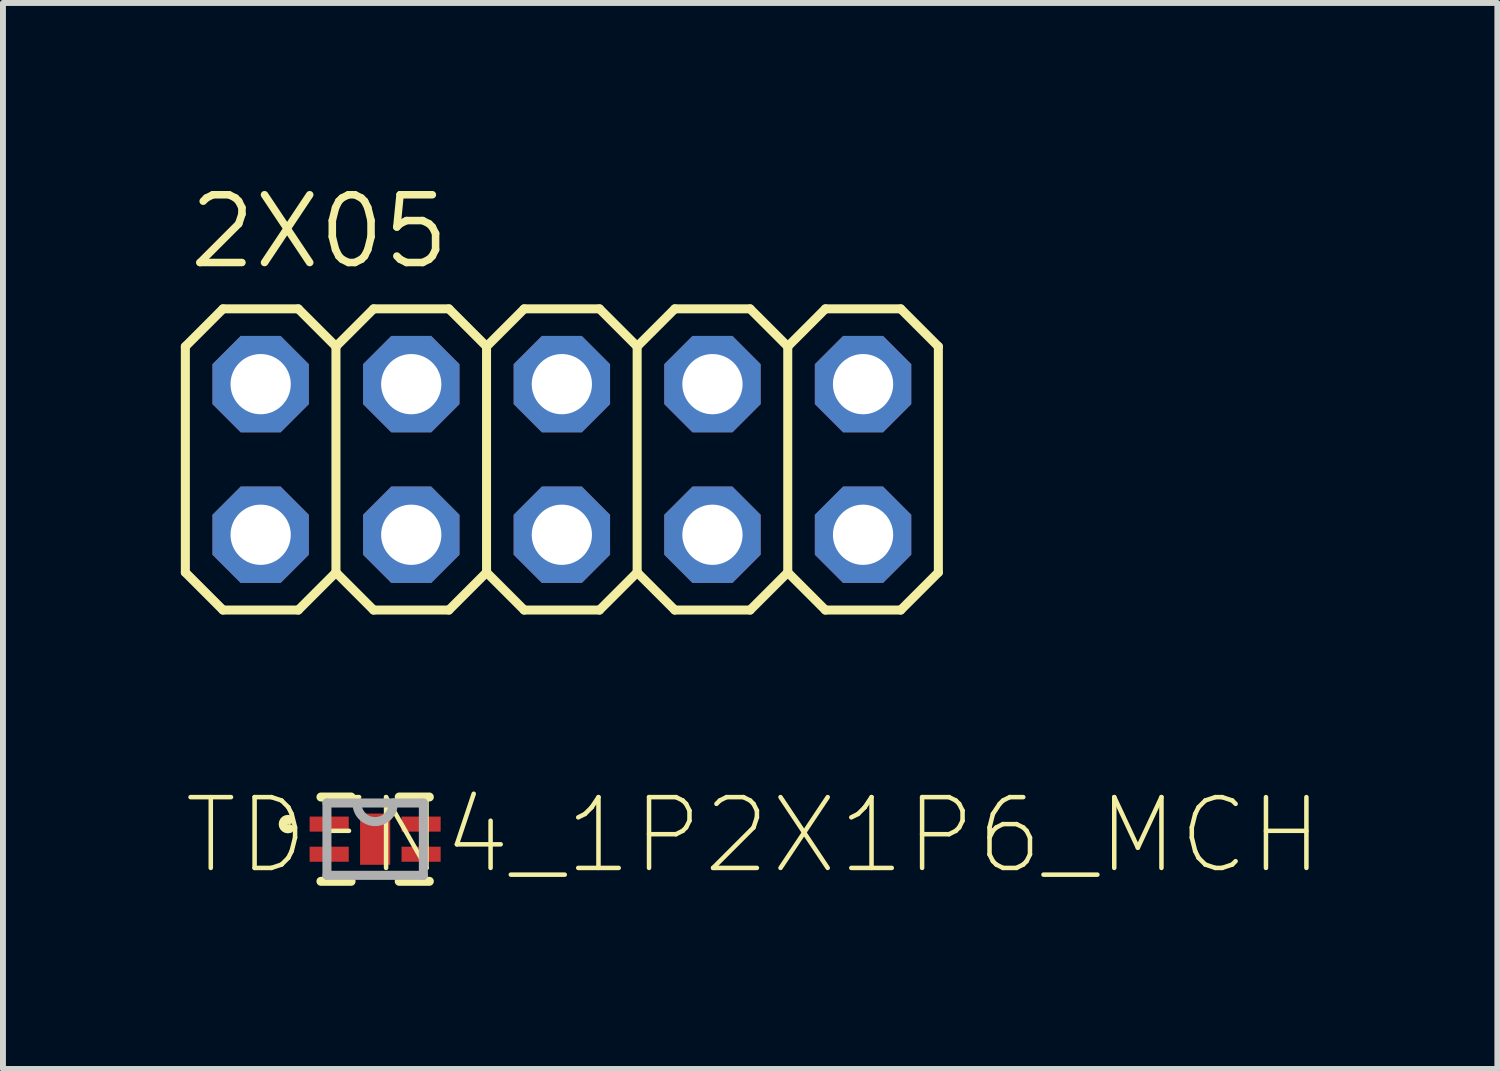
<source format=kicad_pcb>
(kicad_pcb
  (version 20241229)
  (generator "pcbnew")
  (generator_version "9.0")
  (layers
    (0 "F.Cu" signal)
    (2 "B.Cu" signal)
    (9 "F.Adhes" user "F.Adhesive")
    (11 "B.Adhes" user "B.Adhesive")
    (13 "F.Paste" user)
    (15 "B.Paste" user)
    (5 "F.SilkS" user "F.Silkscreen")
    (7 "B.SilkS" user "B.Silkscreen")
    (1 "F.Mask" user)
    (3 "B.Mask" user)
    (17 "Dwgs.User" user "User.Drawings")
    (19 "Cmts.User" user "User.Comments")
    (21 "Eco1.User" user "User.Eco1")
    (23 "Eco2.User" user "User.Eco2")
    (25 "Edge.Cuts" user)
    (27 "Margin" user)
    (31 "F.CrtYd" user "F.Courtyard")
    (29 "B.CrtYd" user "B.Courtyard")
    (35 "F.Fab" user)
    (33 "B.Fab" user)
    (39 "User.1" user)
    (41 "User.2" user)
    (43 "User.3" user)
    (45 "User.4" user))
  (footprint "2X05"
    (layer "F.Cu")
    (at 6.426 4.699)
    (property "Reference" "2X05" (at -6.35 -3.175 0) (unlocked yes) (layer "F.SilkS") (effects (font (size 1.143 1.143) (thickness 0.127)) (justify left bottom)))
    (fp_line (start -6.35 -1.905) (end -5.715 -2.54) (stroke (width 0.152) (type solid)) (layer "F.SilkS"))
    (fp_line (start -6.35 1.905) (end -6.35 -1.905) (stroke (width 0.152) (type solid)) (layer "F.SilkS"))
    (fp_line (start -6.35 1.905) (end -5.715 2.54) (stroke (width 0.152) (type solid)) (layer "F.SilkS"))
    (fp_line (start -5.715 -2.54) (end -4.445 -2.54) (stroke (width 0.152) (type solid)) (layer "F.SilkS"))
    (fp_line (start -5.715 2.54) (end -4.445 2.54) (stroke (width 0.152) (type solid)) (layer "F.SilkS"))
    (fp_line (start -4.445 -2.54) (end -3.81 -1.905) (stroke (width 0.152) (type solid)) (layer "F.SilkS"))
    (fp_line (start -4.445 2.54) (end -3.81 1.905) (stroke (width 0.152) (type solid)) (layer "F.SilkS"))
    (fp_line (start -3.81 -1.905) (end -3.81 1.905) (stroke (width 0.152) (type solid)) (layer "F.SilkS"))
    (fp_line (start -3.81 -1.905) (end -3.175 -2.54) (stroke (width 0.152) (type solid)) (layer "F.SilkS"))
    (fp_line (start -3.81 1.905) (end -3.175 2.54) (stroke (width 0.152) (type solid)) (layer "F.SilkS"))
    (fp_line (start -3.175 -2.54) (end -1.905 -2.54) (stroke (width 0.152) (type solid)) (layer "F.SilkS"))
    (fp_line (start -3.175 2.54) (end -1.905 2.54) (stroke (width 0.152) (type solid)) (layer "F.SilkS"))
    (fp_line (start -1.905 -2.54) (end -1.27 -1.905) (stroke (width 0.152) (type solid)) (layer "F.SilkS"))
    (fp_line (start -1.905 2.54) (end -1.27 1.905) (stroke (width 0.152) (type solid)) (layer "F.SilkS"))
    (fp_line (start -1.27 -1.905) (end -1.27 1.905) (stroke (width 0.152) (type solid)) (layer "F.SilkS"))
    (fp_line (start -1.27 -1.905) (end -0.635 -2.54) (stroke (width 0.152) (type solid)) (layer "F.SilkS"))
    (fp_line (start -1.27 1.905) (end -0.635 2.54) (stroke (width 0.152) (type solid)) (layer "F.SilkS"))
    (fp_line (start -0.635 -2.54) (end 0.635 -2.54) (stroke (width 0.152) (type solid)) (layer "F.SilkS"))
    (fp_line (start -0.635 2.54) (end 0.635 2.54) (stroke (width 0.152) (type solid)) (layer "F.SilkS"))
    (fp_line (start 0.635 -2.54) (end 1.27 -1.905) (stroke (width 0.152) (type solid)) (layer "F.SilkS"))
    (fp_line (start 0.635 2.54) (end 1.27 1.905) (stroke (width 0.152) (type solid)) (layer "F.SilkS"))
    (fp_line (start 1.27 -1.905) (end 1.27 1.905) (stroke (width 0.152) (type solid)) (layer "F.SilkS"))
    (fp_line (start 1.27 -1.905) (end 1.905 -2.54) (stroke (width 0.152) (type solid)) (layer "F.SilkS"))
    (fp_line (start 1.27 1.905) (end 1.905 2.54) (stroke (width 0.152) (type solid)) (layer "F.SilkS"))
    (fp_line (start 1.905 -2.54) (end 3.175 -2.54) (stroke (width 0.152) (type solid)) (layer "F.SilkS"))
    (fp_line (start 1.905 2.54) (end 3.175 2.54) (stroke (width 0.152) (type solid)) (layer "F.SilkS"))
    (fp_line (start 3.175 -2.54) (end 3.81 -1.905) (stroke (width 0.152) (type solid)) (layer "F.SilkS"))
    (fp_line (start 3.175 2.54) (end 3.81 1.905) (stroke (width 0.152) (type solid)) (layer "F.SilkS"))
    (fp_line (start 3.81 -1.905) (end 3.81 1.905) (stroke (width 0.152) (type solid)) (layer "F.SilkS"))
    (fp_line (start 3.81 -1.905) (end 4.445 -2.54) (stroke (width 0.152) (type solid)) (layer "F.SilkS"))
    (fp_line (start 3.81 1.905) (end 4.445 2.54) (stroke (width 0.152) (type solid)) (layer "F.SilkS"))
    (fp_line (start 4.445 -2.54) (end 5.715 -2.54) (stroke (width 0.152) (type solid)) (layer "F.SilkS"))
    (fp_line (start 4.445 2.54) (end 5.715 2.54) (stroke (width 0.152) (type solid)) (layer "F.SilkS"))
    (fp_line (start 5.715 -2.54) (end 6.35 -1.905) (stroke (width 0.152) (type solid)) (layer "F.SilkS"))
    (fp_line (start 5.715 2.54) (end 6.35 1.905) (stroke (width 0.152) (type solid)) (layer "F.SilkS"))
    (fp_line (start 6.35 -1.905) (end 6.35 1.905) (stroke (width 0.152) (type solid)) (layer "F.SilkS"))
    (fp_poly (pts (xy -5.334 -1.016) (xy -4.826 -1.016) (xy -4.826 -1.524) (xy -5.334 -1.524)) (stroke (width 0.1) (type default)) (fill no) (layer "F.Fab"))
    (fp_poly (pts (xy -5.334 1.524) (xy -4.826 1.524) (xy -4.826 1.016) (xy -5.334 1.016)) (stroke (width 0.1) (type default)) (fill no) (layer "F.Fab"))
    (fp_poly (pts (xy -2.794 -1.016) (xy -2.286 -1.016) (xy -2.286 -1.524) (xy -2.794 -1.524)) (stroke (width 0.1) (type default)) (fill no) (layer "F.Fab"))
    (fp_poly (pts (xy -2.794 1.524) (xy -2.286 1.524) (xy -2.286 1.016) (xy -2.794 1.016)) (stroke (width 0.1) (type default)) (fill no) (layer "F.Fab"))
    (fp_poly (pts (xy -0.254 -1.016) (xy 0.254 -1.016) (xy 0.254 -1.524) (xy -0.254 -1.524)) (stroke (width 0.1) (type default)) (fill no) (layer "F.Fab"))
    (fp_poly (pts (xy -0.254 1.524) (xy 0.254 1.524) (xy 0.254 1.016) (xy -0.254 1.016)) (stroke (width 0.1) (type default)) (fill no) (layer "F.Fab"))
    (fp_poly (pts (xy 2.286 -1.016) (xy 2.794 -1.016) (xy 2.794 -1.524) (xy 2.286 -1.524)) (stroke (width 0.1) (type default)) (fill no) (layer "F.Fab"))
    (fp_poly (pts (xy 2.286 1.524) (xy 2.794 1.524) (xy 2.794 1.016) (xy 2.286 1.016)) (stroke (width 0.1) (type default)) (fill no) (layer "F.Fab"))
    (fp_poly (pts (xy 4.826 -1.016) (xy 5.334 -1.016) (xy 5.334 -1.524) (xy 4.826 -1.524)) (stroke (width 0.1) (type default)) (fill no) (layer "F.Fab"))
    (fp_poly (pts (xy 4.826 1.524) (xy 5.334 1.524) (xy 5.334 1.016) (xy 4.826 1.016)) (stroke (width 0.1) (type default)) (fill no) (layer "F.Fab"))
    (pad "1" thru_hole roundrect (at -5.08 1.27) (size 1.626 1.626) (drill 1.016) (layers "*.Cu" "*.Mask") (roundrect_rratio 0.25) (chamfer_ratio 0.293) (chamfer top_left top_right bottom_left bottom_right))
    (pad "2" thru_hole roundrect (at -5.08 -1.27) (size 1.626 1.626) (drill 1.016) (layers "*.Cu" "*.Mask") (roundrect_rratio 0.25) (chamfer_ratio 0.293) (chamfer top_left top_right bottom_left bottom_right))
    (pad "3" thru_hole roundrect (at -2.54 1.27) (size 1.626 1.626) (drill 1.016) (layers "*.Cu" "*.Mask") (roundrect_rratio 0.25) (chamfer_ratio 0.293) (chamfer top_left top_right bottom_left bottom_right))
    (pad "4" thru_hole roundrect (at -2.54 -1.27) (size 1.626 1.626) (drill 1.016) (layers "*.Cu" "*.Mask") (roundrect_rratio 0.25) (chamfer_ratio 0.293) (chamfer top_left top_right bottom_left bottom_right))
    (pad "5" thru_hole roundrect (at 0 1.27) (size 1.626 1.626) (drill 1.016) (layers "*.Cu" "*.Mask") (roundrect_rratio 0.25) (chamfer_ratio 0.293) (chamfer top_left top_right bottom_left bottom_right))
    (pad "6" thru_hole roundrect (at 0 -1.27) (size 1.626 1.626) (drill 1.016) (layers "*.Cu" "*.Mask") (roundrect_rratio 0.25) (chamfer_ratio 0.293) (chamfer top_left top_right bottom_left bottom_right))
    (pad "7" thru_hole roundrect (at 2.54 1.27) (size 1.626 1.626) (drill 1.016) (layers "*.Cu" "*.Mask") (roundrect_rratio 0.25) (chamfer_ratio 0.293) (chamfer top_left top_right bottom_left bottom_right))
    (pad "8" thru_hole roundrect (at 2.54 -1.27) (size 1.626 1.626) (drill 1.016) (layers "*.Cu" "*.Mask") (roundrect_rratio 0.25) (chamfer_ratio 0.293) (chamfer top_left top_right bottom_left bottom_right))
    (pad "9" thru_hole roundrect (at 5.08 1.27) (size 1.626 1.626) (drill 1.016) (layers "*.Cu" "*.Mask") (roundrect_rratio 0.25) (chamfer_ratio 0.293) (chamfer top_left top_right bottom_left bottom_right))
    (pad "10" thru_hole roundrect (at 5.08 -1.27) (size 1.626 1.626) (drill 1.016) (layers "*.Cu" "*.Mask") (roundrect_rratio 0.25) (chamfer_ratio 0.293) (chamfer top_left top_right bottom_left bottom_right)))
  (footprint "TDFN4_1P2X1P6_MCH"
    (layer "F.Cu")
    (at 3.277 11.103)
    (property "Reference" "TDFN4_1P2X1P6_MCH" (at -3.277 0.635 0) (unlocked yes) (layer "F.SilkS") (effects (font (size 1.194 1.194) (thickness 0.076)) (justify left bottom)))
    (fp_line (start -0.914 0.711) (end -0.406 0.711) (stroke (width 0.152) (type solid)) (layer "F.SilkS"))
    (fp_line (start -0.406 -0.711) (end -0.914 -0.711) (stroke (width 0.152) (type solid)) (layer "F.SilkS"))
    (fp_line (start 0.406 0.711) (end 0.914 0.711) (stroke (width 0.152) (type solid)) (layer "F.SilkS"))
    (fp_line (start 0.914 -0.711) (end 0.406 -0.711) (stroke (width 0.152) (type solid)) (layer "F.SilkS"))
    (fp_arc (start -1.4478 -0.1778) (mid -1.550778 -0.254) (end -1.447799 -0.3302) (stroke (width 0.1524) (type solid)) (layer "F.SilkS"))
    (fp_line (start -0.813 -0.61) (end -0.813 0.61) (stroke (width 0.152) (type solid)) (layer "F.Fab"))
    (fp_line (start -0.813 0.61) (end 0.813 0.61) (stroke (width 0.152) (type solid)) (layer "F.Fab"))
    (fp_line (start 0.305 -0.61) (end -0.813 -0.61) (stroke (width 0.152) (type solid)) (layer "F.Fab"))
    (fp_line (start 0.813 -0.61) (end 0.305 -0.61) (stroke (width 0.152) (type solid)) (layer "F.Fab"))
    (fp_line (start 0.813 0.61) (end 0.813 -0.61) (stroke (width 0.152) (type solid)) (layer "F.Fab"))
    (fp_arc (start 0.3048 -0.6096) (mid 0.0127 -0.2921) (end -0.3048 -0.5842) (stroke (width 0.1524) (type solid)) (layer "F.Fab"))
    (pad "1" smd rect (at -0.775 -0.254) (size 0.66 0.254) (layers "F.Cu" "F.Mask" "F.Paste"))
    (pad "2" smd rect (at -0.775 0.254) (size 0.66 0.254) (layers "F.Cu" "F.Mask" "F.Paste"))
    (pad "3" smd rect (at 0.775 0.254) (size 0.66 0.254) (layers "F.Cu" "F.Mask" "F.Paste"))
    (pad "4" smd rect (at 0.775 -0.254) (size 0.66 0.254) (layers "F.Cu" "F.Mask" "F.Paste"))
    (pad "5" smd rect (at 0 0) (size 0.508 0.864) (layers "F.Cu" "F.Mask" "F.Paste")))
  (gr_rect
    (start -3 -3)
    (end 22.204 14.979)
    (stroke (width 0.1) (type default))
    (fill no)
    (layer "Edge.Cuts")))
</source>
